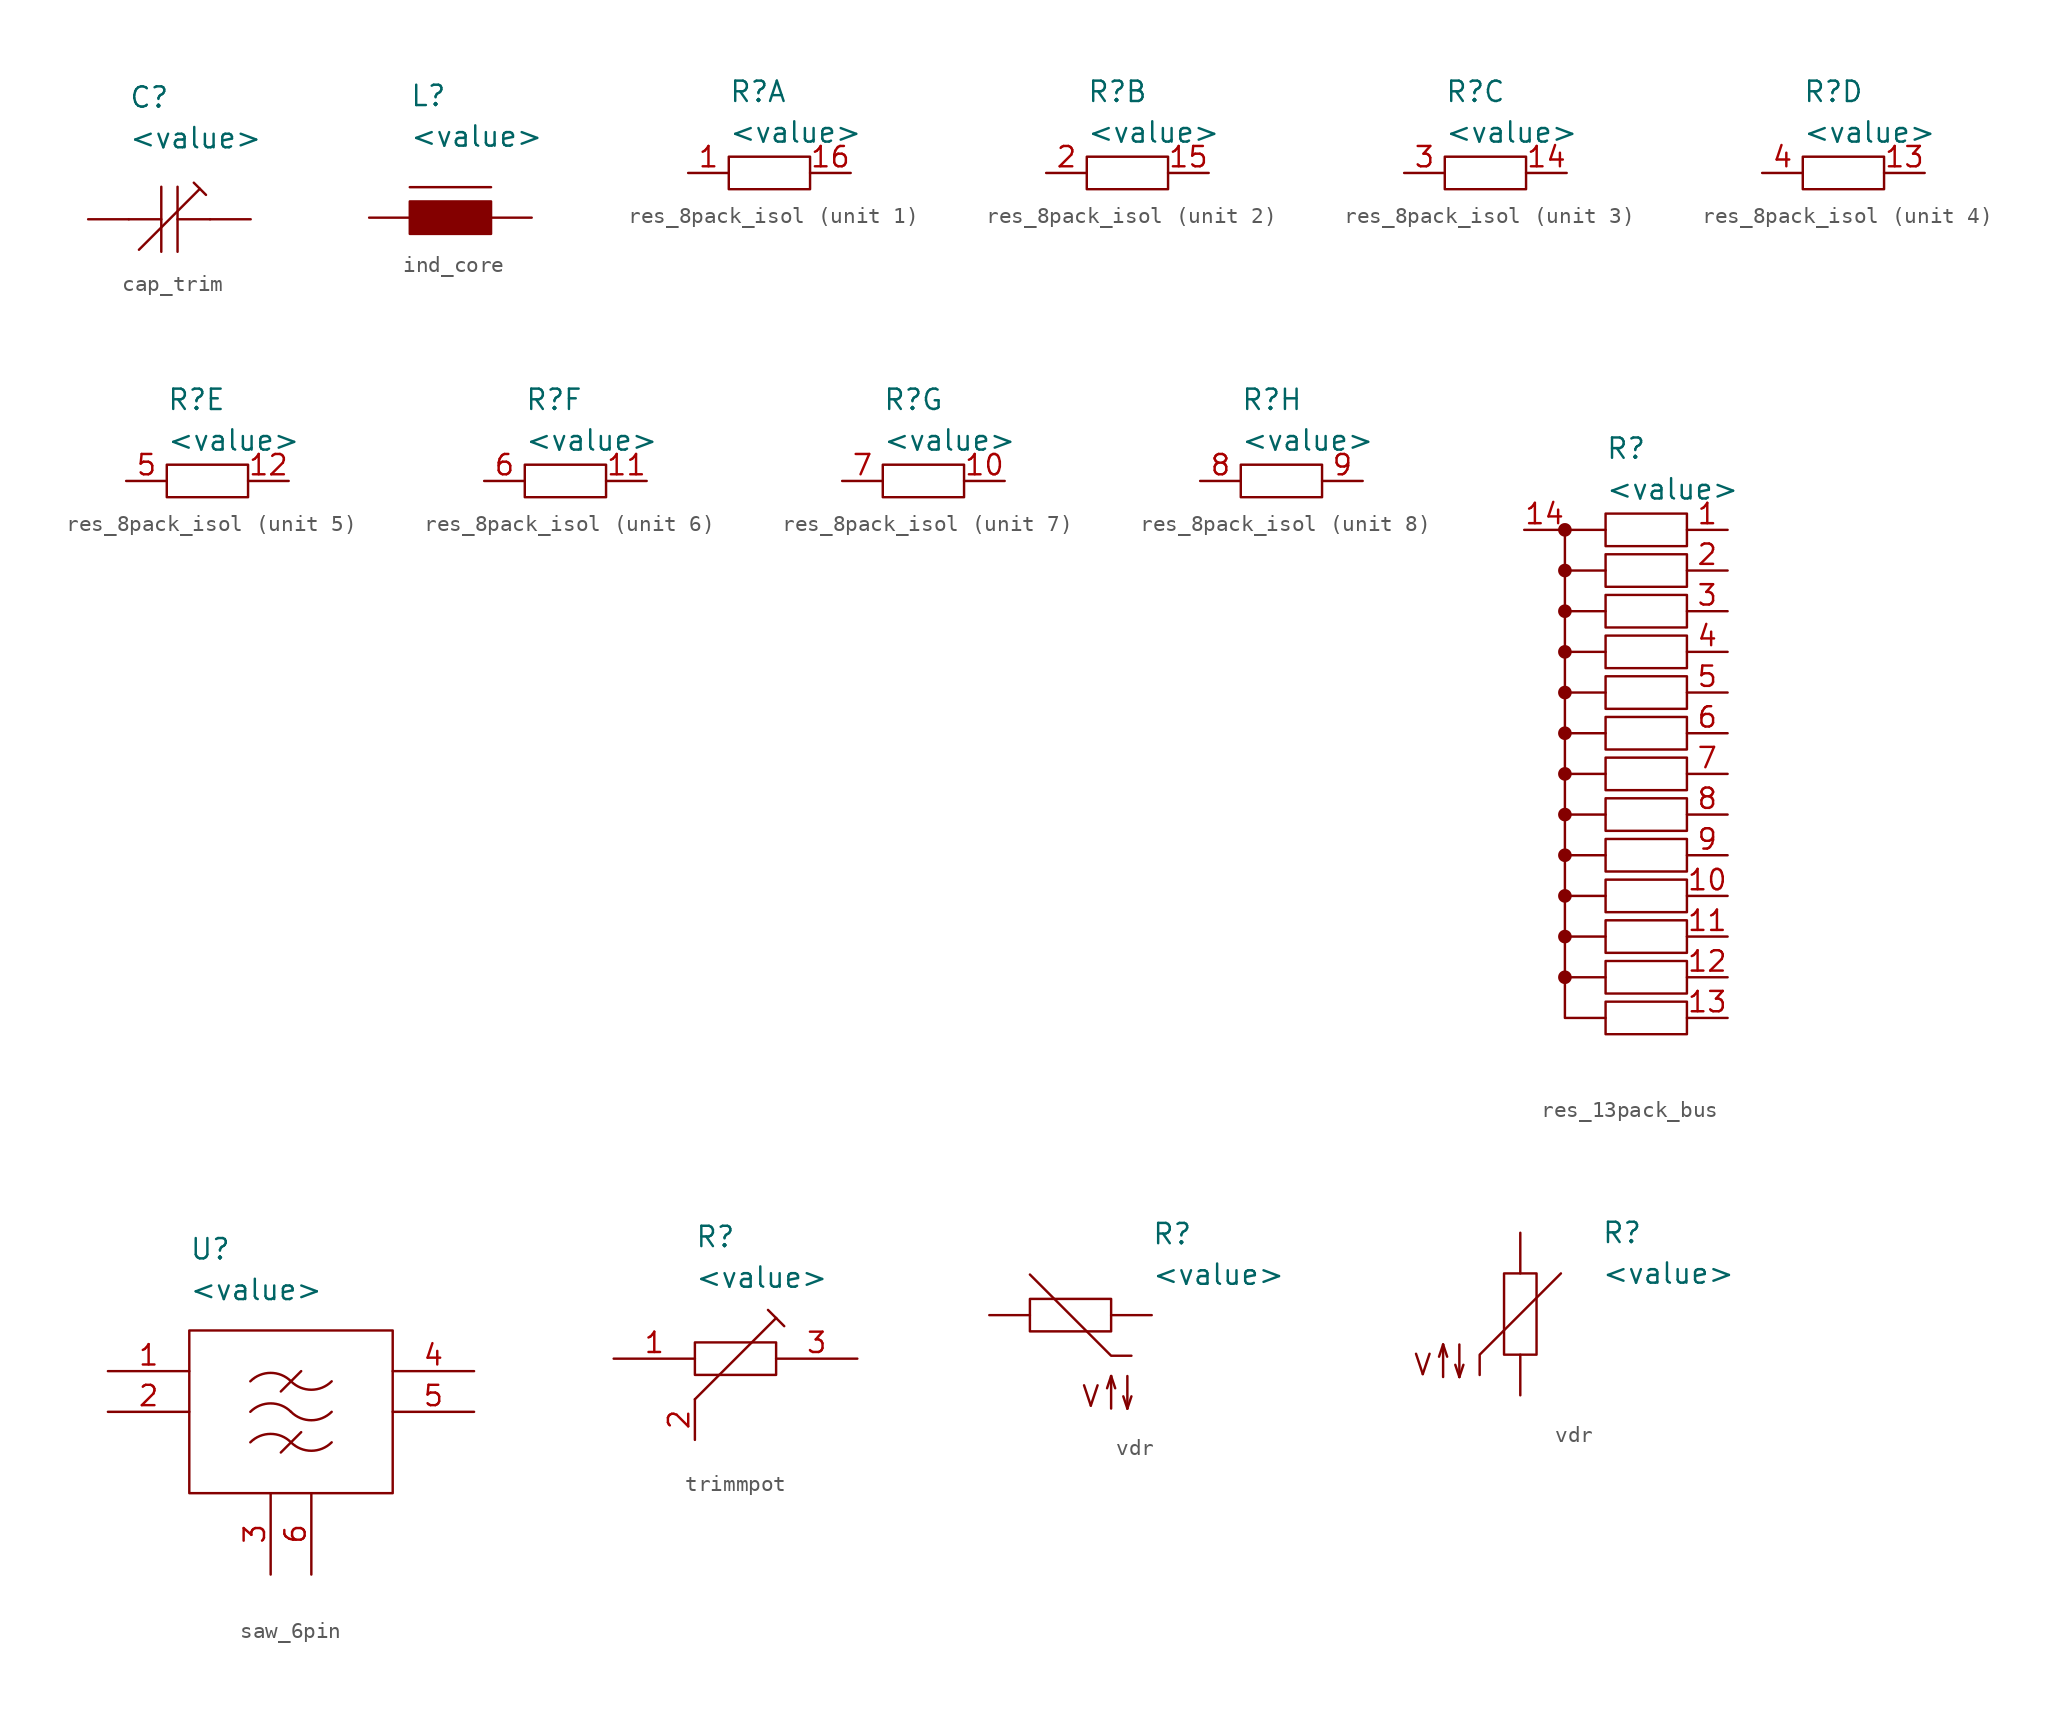
<source format=kicad_sym>
(kicad_symbol_lib
  (version 20231120)
  (generator "kicad_symbol_editor")
  (generator_version "8.0")
  (symbol "cap_trim"
    (pin_numbers hide)
    (pin_names hide)
    (property "Reference" "C"
      (at -2.54 7.62 0)
      (effects (font (size 1.27 1.27)) (justify left)))
    (property "Value" "<value>"
      (at -2.54 5.08 0)
      (effects (font (size 1.27 1.27)) (justify left)))
    (symbol "cap_trim_0_1"
      (polyline (pts (xy -1.905 -1.905) (xy 1.905 1.905)) (stroke (width 0) (type default)) (fill (type none)))
      (polyline (pts (xy -0.508 -2.032) (xy -0.508 2.032)) (stroke (width 0) (type default)) (fill (type none)))
      (polyline (pts (xy -0.508 0) (xy -2.54 0)) (stroke (width 0) (type default)) (fill (type none)))
      (polyline (pts (xy 0.508 -2.032) (xy 0.508 2.032)) (stroke (width 0) (type default)) (fill (type none)))
      (polyline (pts (xy 0.508 0) (xy 2.54 0)) (stroke (width 0) (type default)) (fill (type none)))
      (polyline (pts (xy 1.524 2.286) (xy 2.286 1.524)) (stroke (width 0) (type default)) (fill (type none))))
    (symbol "cap_trim_1_1"
      (pin passive line (at -5.08 0 0) (length 2.54) (name "1" (effects (font (size 1.27 1.27)))) (number "1" (effects (font (size 1.27 1.27)))))
      (pin passive line (at 5.08 0 180) (length 2.54) (name "2" (effects (font (size 1.27 1.27)))) (number "2" (effects (font (size 1.27 1.27)))))))
  (symbol "ind_core"
    (pin_numbers hide)
    (pin_names hide)
    (property "Reference" "L"
      (at -2.54 7.62 0)
      (effects (font (size 1.27 1.27)) (justify left)))
    (property "Value" "<value>"
      (at -2.54 5.08 0)
      (effects (font (size 1.27 1.27)) (justify left)))
    (symbol "ind_core_0_1"
      (rectangle (start -2.54 1.016) (end 2.54 -1.016) (stroke (width 0) (type default)) (fill (type outline)))
      (polyline (pts (xy -2.54 1.905) (xy 2.54 1.905)) (stroke (width 0) (type default)) (fill (type none))))
    (symbol "ind_core_1_1"
      (pin passive line (at -5.08 0 0) (length 2.54) (name "1" (effects (font (size 1.27 1.27)))) (number "1" (effects (font (size 1.27 1.27)))))
      (pin passive line (at 5.08 0 180) (length 2.54) (name "2" (effects (font (size 1.27 1.27)))) (number "2" (effects (font (size 1.27 1.27)))))))
  (symbol "res_8pack_isol"
    (pin_names hide)
    (property "Reference" "R"
      (at -2.54 5.08 0)
      (effects (font (size 1.27 1.27)) (justify left)))
    (property "Value" "<value>"
      (at -2.54 2.54 0)
      (effects (font (size 1.27 1.27)) (justify left)))
    (symbol "res_8pack_isol_1_1"
      (rectangle (start -2.54 1.016) (end 2.54 -1.016) (stroke (width 0) (type default)) (fill (type none)))
      (pin passive line (at -5.08 0 0) (length 2.54) (name "" (effects (font (size 1.27 1.27)))) (number "1" (effects (font (size 1.27 1.27)))))
      (pin passive line (at 5.08 0 180) (length 2.54) (name "" (effects (font (size 1.27 1.27)))) (number "16" (effects (font (size 1.27 1.27))))))
    (symbol "res_8pack_isol_2_1"
      (rectangle (start -2.54 1.016) (end 2.54 -1.016) (stroke (width 0) (type default)) (fill (type none)))
      (pin passive line (at 5.08 0 180) (length 2.54) (name "" (effects (font (size 1.27 1.27)))) (number "15" (effects (font (size 1.27 1.27)))))
      (pin passive line (at -5.08 0 0) (length 2.54) (name "" (effects (font (size 1.27 1.27)))) (number "2" (effects (font (size 1.27 1.27))))))
    (symbol "res_8pack_isol_3_1"
      (rectangle (start -2.54 1.016) (end 2.54 -1.016) (stroke (width 0) (type default)) (fill (type none)))
      (pin passive line (at 5.08 0 180) (length 2.54) (name "" (effects (font (size 1.27 1.27)))) (number "14" (effects (font (size 1.27 1.27)))))
      (pin passive line (at -5.08 0 0) (length 2.54) (name "" (effects (font (size 1.27 1.27)))) (number "3" (effects (font (size 1.27 1.27))))))
    (symbol "res_8pack_isol_4_1"
      (rectangle (start -2.54 1.016) (end 2.54 -1.016) (stroke (width 0) (type default)) (fill (type none)))
      (pin passive line (at 5.08 0 180) (length 2.54) (name "" (effects (font (size 1.27 1.27)))) (number "13" (effects (font (size 1.27 1.27)))))
      (pin passive line (at -5.08 0 0) (length 2.54) (name "" (effects (font (size 1.27 1.27)))) (number "4" (effects (font (size 1.27 1.27))))))
    (symbol "res_8pack_isol_5_1"
      (rectangle (start -2.54 1.016) (end 2.54 -1.016) (stroke (width 0) (type default)) (fill (type none)))
      (pin passive line (at 5.08 0 180) (length 2.54) (name "" (effects (font (size 1.27 1.27)))) (number "12" (effects (font (size 1.27 1.27)))))
      (pin passive line (at -5.08 0 0) (length 2.54) (name "" (effects (font (size 1.27 1.27)))) (number "5" (effects (font (size 1.27 1.27))))))
    (symbol "res_8pack_isol_6_1"
      (rectangle (start -2.54 1.016) (end 2.54 -1.016) (stroke (width 0) (type default)) (fill (type none)))
      (pin passive line (at 5.08 0 180) (length 2.54) (name "" (effects (font (size 1.27 1.27)))) (number "11" (effects (font (size 1.27 1.27)))))
      (pin passive line (at -5.08 0 0) (length 2.54) (name "" (effects (font (size 1.27 1.27)))) (number "6" (effects (font (size 1.27 1.27))))))
    (symbol "res_8pack_isol_7_1"
      (rectangle (start -2.54 1.016) (end 2.54 -1.016) (stroke (width 0) (type default)) (fill (type none)))
      (pin passive line (at 5.08 0 180) (length 2.54) (name "" (effects (font (size 1.27 1.27)))) (number "10" (effects (font (size 1.27 1.27)))))
      (pin passive line (at -5.08 0 0) (length 2.54) (name "" (effects (font (size 1.27 1.27)))) (number "7" (effects (font (size 1.27 1.27))))))
    (symbol "res_8pack_isol_8_1"
      (rectangle (start -2.54 1.016) (end 2.54 -1.016) (stroke (width 0) (type default)) (fill (type none)))
      (pin passive line (at -5.08 0 0) (length 2.54) (name "" (effects (font (size 1.27 1.27)))) (number "8" (effects (font (size 1.27 1.27)))))
      (pin passive line (at 5.08 0 180) (length 2.54) (name "" (effects (font (size 1.27 1.27)))) (number "9" (effects (font (size 1.27 1.27)))))))
  (symbol "res_13pack_bus"
    (pin_names hide)
    (property "Reference" "R"
      (at -2.54 5.08 0)
      (effects (font (size 1.27 1.27)) (justify left)))
    (property "Value" "<value>"
      (at -2.54 2.54 0)
      (effects (font (size 1.27 1.27)) (justify left)))
    (symbol "res_13pack_bus_0_1"
      (circle (center -5.08 -27.94) (radius 0.35) (stroke (width 0) (type default)) (fill (type outline)))
      (circle (center -5.08 -25.4) (radius 0.35) (stroke (width 0) (type default)) (fill (type outline)))
      (circle (center -5.08 -22.86) (radius 0.35) (stroke (width 0) (type default)) (fill (type outline)))
      (circle (center -5.08 -20.32) (radius 0.35) (stroke (width 0) (type default)) (fill (type outline)))
      (circle (center -5.08 -17.78) (radius 0.35) (stroke (width 0) (type default)) (fill (type outline)))
      (circle (center -5.08 -15.24) (radius 0.35) (stroke (width 0) (type default)) (fill (type outline)))
      (circle (center -5.08 -12.7) (radius 0.35) (stroke (width 0) (type default)) (fill (type outline)))
      (circle (center -5.08 -10.16) (radius 0.35) (stroke (width 0) (type default)) (fill (type outline)))
      (circle (center -5.08 -7.62) (radius 0.35) (stroke (width 0) (type default)) (fill (type outline)))
      (circle (center -5.08 -5.08) (radius 0.35) (stroke (width 0) (type default)) (fill (type outline)))
      (circle (center -5.08 -2.54) (radius 0.35) (stroke (width 0) (type default)) (fill (type outline)))
      (circle (center -5.08 0) (radius 0.35) (stroke (width 0) (type default)) (fill (type outline)))
      (polyline (pts (xy -2.54 -27.94) (xy -5.08 -27.94)) (stroke (width 0) (type default)) (fill (type none)))
      (polyline (pts (xy -2.54 -25.4) (xy -5.08 -25.4)) (stroke (width 0) (type default)) (fill (type none)))
      (polyline (pts (xy -2.54 -22.86) (xy -5.08 -22.86)) (stroke (width 0) (type default)) (fill (type none)))
      (polyline (pts (xy -2.54 -20.32) (xy -5.08 -20.32)) (stroke (width 0) (type default)) (fill (type none)))
      (polyline (pts (xy -2.54 -17.78) (xy -5.08 -17.78)) (stroke (width 0) (type default)) (fill (type none)))
      (polyline (pts (xy -2.54 -15.24) (xy -5.08 -15.24)) (stroke (width 0) (type default)) (fill (type none)))
      (polyline (pts (xy -2.54 -12.7) (xy -5.08 -12.7)) (stroke (width 0) (type default)) (fill (type none)))
      (polyline (pts (xy -2.54 -10.16) (xy -5.08 -10.16)) (stroke (width 0) (type default)) (fill (type none)))
      (polyline (pts (xy -2.54 -7.62) (xy -5.08 -7.62)) (stroke (width 0) (type default)) (fill (type none)))
      (polyline (pts (xy -2.54 -5.08) (xy -5.08 -5.08)) (stroke (width 0) (type default)) (fill (type none)))
      (polyline (pts (xy -2.54 -2.54) (xy -5.08 -2.54)) (stroke (width 0) (type default)) (fill (type none)))
      (polyline (pts (xy -2.54 0) (xy -5.08 0)) (stroke (width 0) (type default)) (fill (type none)))
      (polyline (pts (xy -5.08 0) (xy -5.08 -30.48) (xy -2.54 -30.48)) (stroke (width 0) (type default)) (fill (type none))))
    (symbol "res_13pack_bus_1_1"
      (rectangle (start -2.54 -29.464) (end 2.54 -31.496) (stroke (width 0) (type default)) (fill (type none)))
      (rectangle (start -2.54 -26.924) (end 2.54 -28.956) (stroke (width 0) (type default)) (fill (type none)))
      (rectangle (start -2.54 -24.384) (end 2.54 -26.416) (stroke (width 0) (type default)) (fill (type none)))
      (rectangle (start -2.54 -21.844) (end 2.54 -23.876) (stroke (width 0) (type default)) (fill (type none)))
      (rectangle (start -2.54 -19.304) (end 2.54 -21.336) (stroke (width 0) (type default)) (fill (type none)))
      (rectangle (start -2.54 -16.764) (end 2.54 -18.796) (stroke (width 0) (type default)) (fill (type none)))
      (rectangle (start -2.54 -14.224) (end 2.54 -16.256) (stroke (width 0) (type default)) (fill (type none)))
      (rectangle (start -2.54 -11.684) (end 2.54 -13.716) (stroke (width 0) (type default)) (fill (type none)))
      (rectangle (start -2.54 -9.144) (end 2.54 -11.176) (stroke (width 0) (type default)) (fill (type none)))
      (rectangle (start -2.54 -6.604) (end 2.54 -8.636) (stroke (width 0) (type default)) (fill (type none)))
      (rectangle (start -2.54 -4.064) (end 2.54 -6.096) (stroke (width 0) (type default)) (fill (type none)))
      (rectangle (start -2.54 -1.524) (end 2.54 -3.556) (stroke (width 0) (type default)) (fill (type none)))
      (rectangle (start -2.54 1.016) (end 2.54 -1.016) (stroke (width 0) (type default)) (fill (type none)))
      (pin passive line (at 5.08 0 180) (length 2.54) (name "" (effects (font (size 1.27 1.27)))) (number "1" (effects (font (size 1.27 1.27)))))
      (pin passive line (at 5.08 -22.86 180) (length 2.54) (name "" (effects (font (size 1.27 1.27)))) (number "10" (effects (font (size 1.27 1.27)))))
      (pin passive line (at 5.08 -25.4 180) (length 2.54) (name "" (effects (font (size 1.27 1.27)))) (number "11" (effects (font (size 1.27 1.27)))))
      (pin passive line (at 5.08 -27.94 180) (length 2.54) (name "" (effects (font (size 1.27 1.27)))) (number "12" (effects (font (size 1.27 1.27)))))
      (pin passive line (at 5.08 -30.48 180) (length 2.54) (name "" (effects (font (size 1.27 1.27)))) (number "13" (effects (font (size 1.27 1.27)))))
      (pin passive line (at -7.62 0 0) (length 2.54) (name "" (effects (font (size 1.27 1.27)))) (number "14" (effects (font (size 1.27 1.27)))))
      (pin passive line (at 5.08 -2.54 180) (length 2.54) (name "" (effects (font (size 1.27 1.27)))) (number "2" (effects (font (size 1.27 1.27)))))
      (pin passive line (at 5.08 -5.08 180) (length 2.54) (name "" (effects (font (size 1.27 1.27)))) (number "3" (effects (font (size 1.27 1.27)))))
      (pin passive line (at 5.08 -7.62 180) (length 2.54) (name "" (effects (font (size 1.27 1.27)))) (number "4" (effects (font (size 1.27 1.27)))))
      (pin passive line (at 5.08 -10.16 180) (length 2.54) (name "" (effects (font (size 1.27 1.27)))) (number "5" (effects (font (size 1.27 1.27)))))
      (pin passive line (at 5.08 -12.7 180) (length 2.54) (name "" (effects (font (size 1.27 1.27)))) (number "6" (effects (font (size 1.27 1.27)))))
      (pin passive line (at 5.08 -15.24 180) (length 2.54) (name "" (effects (font (size 1.27 1.27)))) (number "7" (effects (font (size 1.27 1.27)))))
      (pin passive line (at 5.08 -17.78 180) (length 2.54) (name "" (effects (font (size 1.27 1.27)))) (number "8" (effects (font (size 1.27 1.27)))))
      (pin passive line (at 5.08 -20.32 180) (length 2.54) (name "" (effects (font (size 1.27 1.27)))) (number "9" (effects (font (size 1.27 1.27)))))))
  (symbol "saw_6pin"
    (property "Reference" "U"
      (at 5.08 5.08 0)
      (effects (font (size 1.27 1.27)) (justify left)))
    (property "Value" "<value>"
      (at 5.08 2.54 0)
      (effects (font (size 1.27 1.27)) (justify left)))
    (symbol "saw_6pin_0_1"
      (polyline (pts (xy 10.795 -7.62) (xy 12.065 -6.35)) (stroke (width 0) (type default)) (fill (type none)))
      (polyline (pts (xy 10.795 -3.81) (xy 12.065 -2.54)) (stroke (width 0) (type default)) (fill (type none)))
      (rectangle (start 5.08 0) (end 17.78 -10.16) (stroke (width 0) (type default)) (fill (type none)))
      (arc (start 11.43 -6.9851) (mid 12.7 -7.5111) (end 13.97 -6.9851) (stroke (width 0) (type default)) (fill (type none)))
      (arc (start 11.43 -6.9848) (mid 10.16 -6.4588) (end 8.89 -6.9848) (stroke (width 0) (type default)) (fill (type none)))
      (arc (start 11.43 -5.0801) (mid 12.7 -5.6061) (end 13.97 -5.0801) (stroke (width 0) (type default)) (fill (type none)))
      (arc (start 11.43 -5.0798) (mid 10.16 -4.5538) (end 8.89 -5.0798) (stroke (width 0) (type default)) (fill (type none)))
      (arc (start 11.43 -3.1751) (mid 12.7 -3.7011) (end 13.97 -3.1751) (stroke (width 0) (type default)) (fill (type none)))
      (arc (start 11.43 -3.1748) (mid 10.16 -2.6488) (end 8.89 -3.1748) (stroke (width 0) (type default)) (fill (type none))))
    (symbol "saw_6pin_1_1"
      (pin passive line (at 0 -2.54 0) (length 5.08) (name "" (effects (font (size 1.27 1.27)))) (number "1" (effects (font (size 1.27 1.27)))))
      (pin passive line (at 0 -5.08 0) (length 5.08) (name "" (effects (font (size 1.27 1.27)))) (number "2" (effects (font (size 1.27 1.27)))))
      (pin passive line (at 10.16 -15.24 90) (length 5.08) (name "" (effects (font (size 1.27 1.27)))) (number "3" (effects (font (size 1.27 1.27)))))
      (pin passive line (at 22.86 -2.54 180) (length 5.08) (name "" (effects (font (size 1.27 1.27)))) (number "4" (effects (font (size 1.27 1.27)))))
      (pin passive line (at 22.86 -5.08 180) (length 5.08) (name "" (effects (font (size 1.27 1.27)))) (number "5" (effects (font (size 1.27 1.27)))))
      (pin passive line (at 12.7 -15.24 90) (length 5.08) (name "" (effects (font (size 1.27 1.27)))) (number "6" (effects (font (size 1.27 1.27)))))))
  (symbol "trimmpot"
    (pin_names hide)
    (property "Reference" "R"
      (at -2.54 7.62 0)
      (effects (font (size 1.27 1.27)) (justify left)))
    (property "Value" "<value>"
      (at -2.54 5.08 0)
      (effects (font (size 1.27 1.27)) (justify left)))
    (symbol "trimmpot_0_1"
      (rectangle (start -2.54 1.016) (end 2.54 -1.016) (stroke (width 0) (type default)) (fill (type none)))
      (polyline (pts (xy -2.54 -2.54) (xy 2.54 2.54)) (stroke (width 0) (type default)) (fill (type none)))
      (polyline (pts (xy 2.54 2.54) (xy 2.032 3.048)) (stroke (width 0) (type default)) (fill (type none)))
      (polyline (pts (xy 2.54 2.54) (xy 3.048 2.032)) (stroke (width 0) (type default)) (fill (type none))))
    (symbol "trimmpot_1_1"
      (pin passive line (at -7.62 0 0) (length 5.08) (name "1" (effects (font (size 1.27 1.27)))) (number "1" (effects (font (size 1.27 1.27)))))
      (pin passive line (at -2.54 -5.08 90) (length 2.54) (name "2" (effects (font (size 1.27 1.27)))) (number "2" (effects (font (size 1.27 1.27)))))
      (pin passive line (at 7.62 0 180) (length 5.08) (name "2" (effects (font (size 1.27 1.27)))) (number "3" (effects (font (size 1.27 1.27)))))))
  (symbol "vdr"
    (pin_numbers hide)
    (pin_names hide)
    (property "Reference" "R"
      (at 5.08 5.08 0)
      (effects (font (size 1.27 1.27)) (justify left)))
    (property "Value" "<value>"
      (at 5.08 2.54 0)
      (effects (font (size 1.27 1.27)) (justify left)))
    (symbol "vdr_0_1"
      (polyline (pts (xy -2.54 2.54) (xy 2.54 -2.54) (xy 3.81 -2.54)) (stroke (width 0) (type default)) (fill (type none))))
    (symbol "vdr_0_2"
      (polyline (pts (xy 2.54 2.54) (xy -2.54 -2.54) (xy -2.54 -3.81)) (stroke (width 0) (type default)) (fill (type none))))
    (symbol "vdr_1_1"
      (rectangle (start -2.54 1.016) (end 2.54 -1.016) (stroke (width 0) (type default)) (fill (type none)))
      (polyline (pts (xy 2.286 -4.572) (xy 2.54 -3.81)) (stroke (width 0) (type default)) (fill (type none)))
      (polyline (pts (xy 2.54 -3.81) (xy 2.54 -5.842)) (stroke (width 0) (type default)) (fill (type none)))
      (polyline (pts (xy 2.794 -4.572) (xy 2.54 -3.81)) (stroke (width 0) (type default)) (fill (type none)))
      (polyline (pts (xy 3.302 -5.08) (xy 3.556 -5.842)) (stroke (width 0) (type default)) (fill (type none)))
      (polyline (pts (xy 3.556 -5.842) (xy 3.556 -3.81)) (stroke (width 0) (type default)) (fill (type none)))
      (polyline (pts (xy 3.81 -5.08) (xy 3.556 -5.842)) (stroke (width 0) (type default)) (fill (type none)))
      (text "V" (at 1.27 -5.08 0) (effects (font (size 1.27 1.27))))
      (pin passive line (at -5.08 0 0) (length 2.54) (name "1" (effects (font (size 1.27 1.27)))) (number "1" (effects (font (size 1.27 1.27)))))
      (pin passive line (at 5.08 0 180) (length 2.54) (name "2" (effects (font (size 1.27 1.27)))) (number "2" (effects (font (size 1.27 1.27))))))
    (symbol "vdr_1_2"
      (polyline (pts (xy -5.08 -2.667) (xy -4.826 -1.905)) (stroke (width 0) (type default)) (fill (type none)))
      (polyline (pts (xy -4.826 -1.905) (xy -4.826 -3.937)) (stroke (width 0) (type default)) (fill (type none)))
      (polyline (pts (xy -4.572 -2.667) (xy -4.826 -1.905)) (stroke (width 0) (type default)) (fill (type none)))
      (polyline (pts (xy -4.064 -3.175) (xy -3.81 -3.937)) (stroke (width 0) (type default)) (fill (type none)))
      (polyline (pts (xy -3.81 -3.937) (xy -3.81 -1.905)) (stroke (width 0) (type default)) (fill (type none)))
      (polyline (pts (xy -3.556 -3.175) (xy -3.81 -3.937)) (stroke (width 0) (type default)) (fill (type none)))
      (rectangle (start 1.016 2.54) (end -1.016 -2.54) (stroke (width 0) (type default)) (fill (type none)))
      (text "V" (at -6.096 -3.175 0) (effects (font (size 1.27 1.27))))
      (pin passive line (at 0 5.08 270) (length 2.54) (name "1" (effects (font (size 1.27 1.27)))) (number "1" (effects (font (size 1.27 1.27)))))
      (pin passive line (at 0 -5.08 90) (length 2.54) (name "2" (effects (font (size 1.27 1.27)))) (number "2" (effects (font (size 1.27 1.27))))))))
</source>
